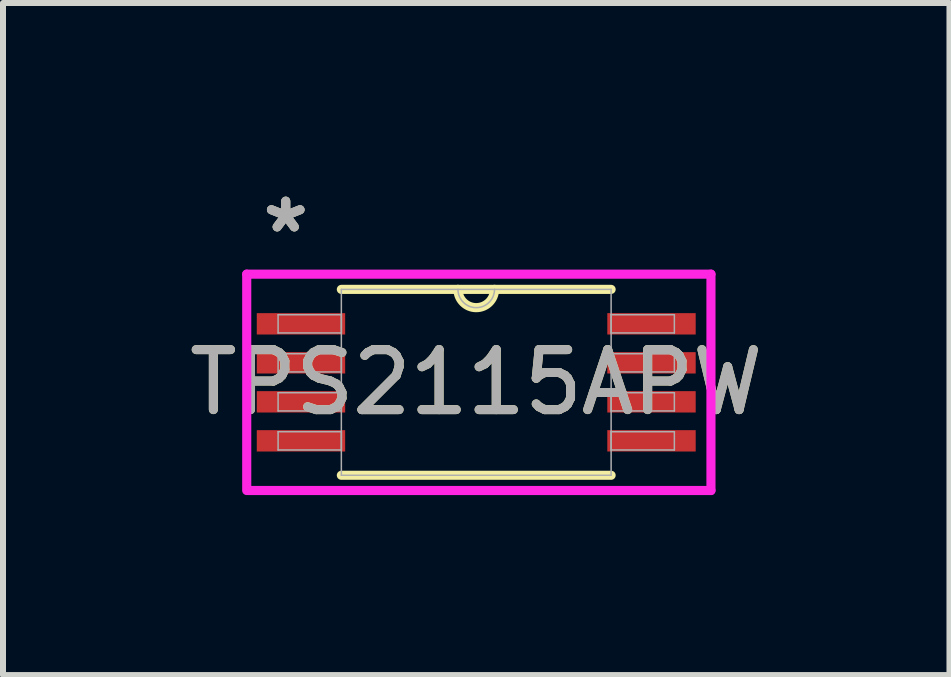
<source format=kicad_pcb>
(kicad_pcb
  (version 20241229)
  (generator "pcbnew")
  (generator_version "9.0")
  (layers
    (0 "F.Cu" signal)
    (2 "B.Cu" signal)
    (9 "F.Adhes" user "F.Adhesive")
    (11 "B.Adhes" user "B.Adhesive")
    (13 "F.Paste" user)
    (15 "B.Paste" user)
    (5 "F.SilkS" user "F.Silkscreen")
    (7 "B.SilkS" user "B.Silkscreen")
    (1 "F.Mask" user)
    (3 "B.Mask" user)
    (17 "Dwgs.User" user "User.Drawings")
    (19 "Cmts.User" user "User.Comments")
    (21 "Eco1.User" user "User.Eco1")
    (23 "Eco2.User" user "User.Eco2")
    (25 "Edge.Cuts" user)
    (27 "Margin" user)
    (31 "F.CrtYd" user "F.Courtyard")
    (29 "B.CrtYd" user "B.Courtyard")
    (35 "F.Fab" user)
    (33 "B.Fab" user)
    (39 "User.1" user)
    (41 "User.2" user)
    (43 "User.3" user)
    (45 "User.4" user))
  (footprint "TPS2115APW"
    (layer "F.Cu")
    (at 4.887 3.322)
    (property "Reference" "TPS2115APW" (at 0 0 0) (unlocked yes) (layer "F.SilkS") (effects (font (size 1 1) (thickness 0.15))))
    (attr smd)
    (fp_line (start -2.248 1.549) (end 2.248 1.549) (stroke (width 0.152) (type solid)) (layer "F.SilkS"))
    (fp_line (start 2.248 -1.549) (end -2.248 -1.549) (stroke (width 0.152) (type solid)) (layer "F.SilkS"))
    (fp_arc (start 0.3048 -1.5494) (mid 0 -1.2446) (end -0.3048 -1.5494) (stroke (width 0.1524) (type solid)) (layer "F.SilkS"))
    (fp_line (start -3.825 -1.803) (end 3.912 -1.803) (stroke (width 0.152) (type solid)) (layer "F.CrtYd"))
    (fp_line (start -3.825 1.803) (end -3.825 -1.803) (stroke (width 0.152) (type solid)) (layer "F.CrtYd"))
    (fp_line (start 3.912 -1.803) (end 3.912 1.803) (stroke (width 0.152) (type solid)) (layer "F.CrtYd"))
    (fp_line (start 3.912 1.803) (end -3.8 1.803) (stroke (width 0.152) (type solid)) (layer "F.CrtYd"))
    (fp_line (start -3.302 -1.127) (end -3.302 -0.823) (stroke (width 0.025) (type solid)) (layer "F.Fab"))
    (fp_line (start -3.302 -0.823) (end -2.248 -0.823) (stroke (width 0.025) (type solid)) (layer "F.Fab"))
    (fp_line (start -3.302 -0.477) (end -3.302 -0.173) (stroke (width 0.025) (type solid)) (layer "F.Fab"))
    (fp_line (start -3.302 -0.173) (end -2.248 -0.173) (stroke (width 0.025) (type solid)) (layer "F.Fab"))
    (fp_line (start -3.302 0.173) (end -3.302 0.477) (stroke (width 0.025) (type solid)) (layer "F.Fab"))
    (fp_line (start -3.302 0.477) (end -2.248 0.477) (stroke (width 0.025) (type solid)) (layer "F.Fab"))
    (fp_line (start -3.302 0.823) (end -3.302 1.127) (stroke (width 0.025) (type solid)) (layer "F.Fab"))
    (fp_line (start -3.302 1.127) (end -2.248 1.127) (stroke (width 0.025) (type solid)) (layer "F.Fab"))
    (fp_line (start -2.248 -1.549) (end -2.248 1.549) (stroke (width 0.025) (type solid)) (layer "F.Fab"))
    (fp_line (start -2.248 -1.127) (end -3.302 -1.127) (stroke (width 0.025) (type solid)) (layer "F.Fab"))
    (fp_line (start -2.248 -0.823) (end -2.248 -1.127) (stroke (width 0.025) (type solid)) (layer "F.Fab"))
    (fp_line (start -2.248 -0.477) (end -3.302 -0.477) (stroke (width 0.025) (type solid)) (layer "F.Fab"))
    (fp_line (start -2.248 -0.173) (end -2.248 -0.477) (stroke (width 0.025) (type solid)) (layer "F.Fab"))
    (fp_line (start -2.248 0.173) (end -3.302 0.173) (stroke (width 0.025) (type solid)) (layer "F.Fab"))
    (fp_line (start -2.248 0.477) (end -2.248 0.173) (stroke (width 0.025) (type solid)) (layer "F.Fab"))
    (fp_line (start -2.248 0.823) (end -3.302 0.823) (stroke (width 0.025) (type solid)) (layer "F.Fab"))
    (fp_line (start -2.248 1.127) (end -2.248 0.823) (stroke (width 0.025) (type solid)) (layer "F.Fab"))
    (fp_line (start -2.248 1.549) (end 2.248 1.549) (stroke (width 0.025) (type solid)) (layer "F.Fab"))
    (fp_line (start 2.248 -1.549) (end -2.248 -1.549) (stroke (width 0.025) (type solid)) (layer "F.Fab"))
    (fp_line (start 2.248 -1.127) (end 2.248 -0.823) (stroke (width 0.025) (type solid)) (layer "F.Fab"))
    (fp_line (start 2.248 -0.823) (end 3.302 -0.823) (stroke (width 0.025) (type solid)) (layer "F.Fab"))
    (fp_line (start 2.248 -0.477) (end 2.248 -0.173) (stroke (width 0.025) (type solid)) (layer "F.Fab"))
    (fp_line (start 2.248 -0.173) (end 3.302 -0.173) (stroke (width 0.025) (type solid)) (layer "F.Fab"))
    (fp_line (start 2.248 0.173) (end 2.248 0.477) (stroke (width 0.025) (type solid)) (layer "F.Fab"))
    (fp_line (start 2.248 0.477) (end 3.302 0.477) (stroke (width 0.025) (type solid)) (layer "F.Fab"))
    (fp_line (start 2.248 0.823) (end 2.248 1.127) (stroke (width 0.025) (type solid)) (layer "F.Fab"))
    (fp_line (start 2.248 1.127) (end 3.302 1.127) (stroke (width 0.025) (type solid)) (layer "F.Fab"))
    (fp_line (start 2.248 1.549) (end 2.248 -1.549) (stroke (width 0.025) (type solid)) (layer "F.Fab"))
    (fp_line (start 3.302 -1.127) (end 2.248 -1.127) (stroke (width 0.025) (type solid)) (layer "F.Fab"))
    (fp_line (start 3.302 -0.823) (end 3.302 -1.127) (stroke (width 0.025) (type solid)) (layer "F.Fab"))
    (fp_line (start 3.302 -0.477) (end 2.248 -0.477) (stroke (width 0.025) (type solid)) (layer "F.Fab"))
    (fp_line (start 3.302 -0.173) (end 3.302 -0.477) (stroke (width 0.025) (type solid)) (layer "F.Fab"))
    (fp_line (start 3.302 0.173) (end 2.248 0.173) (stroke (width 0.025) (type solid)) (layer "F.Fab"))
    (fp_line (start 3.302 0.477) (end 3.302 0.173) (stroke (width 0.025) (type solid)) (layer "F.Fab"))
    (fp_line (start 3.302 0.823) (end 2.248 0.823) (stroke (width 0.025) (type solid)) (layer "F.Fab"))
    (fp_line (start 3.302 1.127) (end 3.302 0.823) (stroke (width 0.025) (type solid)) (layer "F.Fab"))
    (fp_arc (start 0.3048 -1.5494) (mid 0 -1.2446) (end -0.3048 -1.5494) (stroke (width 0.0254) (type solid)) (layer "F.Fab"))
    (fp_text user "*" (at -3.175 -2.474 0) (unlocked yes) (layer "F.SilkS") (effects (font (size 1 1) (thickness 0.15))))
    (fp_text user "${REFERENCE}" (at 0 0 0) (unlocked yes) (layer "F.Fab") (effects (font (size 1 1) (thickness 0.15))))
    (fp_text user "*" (at -3.175 -2.474 0) (layer "F.Fab") (effects (font (size 1 1) (thickness 0.15))))
    (fp_text user "*" (at -3.175 -2.474 0) (unlocked yes) (layer "F.Fab") (effects (font (size 1 1) (thickness 0.15))))
    (pad "1" smd rect (at -2.921 -0.975) (size 1.473 0.356) (layers "F.Cu" "F.Mask" "F.Paste"))
    (pad "2" smd rect (at -2.921 -0.325) (size 1.473 0.356) (layers "F.Cu" "F.Mask" "F.Paste"))
    (pad "3" smd rect (at -2.921 0.325) (size 1.473 0.356) (layers "F.Cu" "F.Mask" "F.Paste"))
    (pad "4" smd rect (at -2.921 0.975) (size 1.473 0.356) (layers "F.Cu" "F.Mask" "F.Paste"))
    (pad "5" smd rect (at 2.921 0.975) (size 1.473 0.356) (layers "F.Cu" "F.Mask" "F.Paste"))
    (pad "6" smd rect (at 2.921 0.325) (size 1.473 0.356) (layers "F.Cu" "F.Mask" "F.Paste"))
    (pad "7" smd rect (at 2.921 -0.325) (size 1.473 0.356) (layers "F.Cu" "F.Mask" "F.Paste"))
    (pad "8" smd rect (at 2.921 -0.975) (size 1.473 0.356) (layers "F.Cu" "F.Mask" "F.Paste")))
  (gr_rect
    (start -3 -3)
    (end 12.774 8.201)
    (stroke (width 0.1) (type default))
    (fill no)
    (layer "Edge.Cuts")))
</source>
